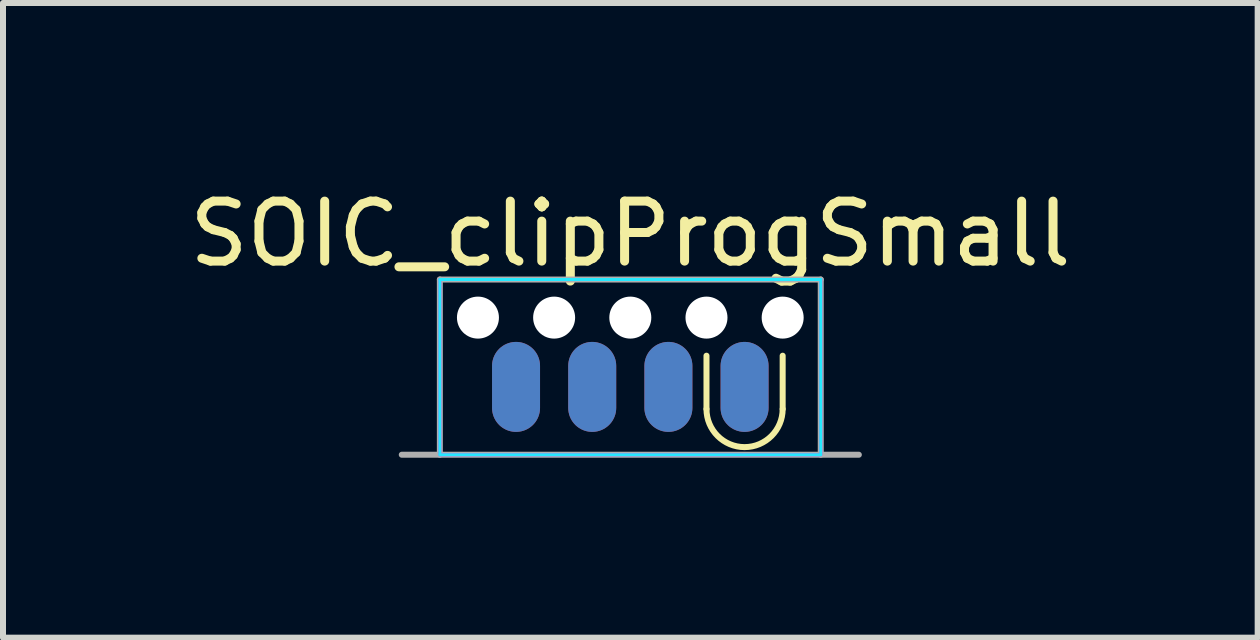
<source format=kicad_pcb>
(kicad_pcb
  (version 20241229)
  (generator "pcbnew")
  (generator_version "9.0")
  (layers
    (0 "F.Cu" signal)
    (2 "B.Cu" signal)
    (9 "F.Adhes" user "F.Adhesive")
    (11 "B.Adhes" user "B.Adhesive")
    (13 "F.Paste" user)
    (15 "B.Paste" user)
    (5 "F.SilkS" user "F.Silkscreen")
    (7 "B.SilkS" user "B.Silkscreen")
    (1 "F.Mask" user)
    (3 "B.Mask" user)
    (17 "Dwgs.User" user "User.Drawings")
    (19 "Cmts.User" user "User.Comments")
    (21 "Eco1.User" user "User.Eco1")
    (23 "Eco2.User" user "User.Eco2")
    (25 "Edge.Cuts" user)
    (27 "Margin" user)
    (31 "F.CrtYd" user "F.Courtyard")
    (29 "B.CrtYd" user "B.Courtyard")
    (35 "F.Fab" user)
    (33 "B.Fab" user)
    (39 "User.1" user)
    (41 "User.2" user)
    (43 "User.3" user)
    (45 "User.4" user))
  (footprint "SOIC_clipProgSmall"
    (layer "F.Cu")
    (at 7.458 4.15)
    (property "Reference" "SOIC_clipProgSmall" (at 0 -3.302 0) (layer "F.SilkS") (effects (font (size 1 1) (thickness 0.15))))
    (attr through_hole)
    (fp_line (start 1.27 -0.381) (end 1.27 -1.27) (stroke (width 0.1) (type solid)) (layer "F.SilkS"))
    (fp_line (start 2.54 -0.381) (end 2.54 -1.27) (stroke (width 0.1) (type solid)) (layer "F.SilkS"))
    (fp_arc (start 2.54 -0.381) (mid 1.905 0.254) (end 1.27 -0.381) (stroke (width 0.1) (type solid)) (layer "F.SilkS"))
    (fp_line (start -3.175 -2.54) (end 3.175 -2.54) (stroke (width 0.05) (type solid)) (layer "B.CrtYd"))
    (fp_line (start -3.175 0.381) (end -3.175 -2.54) (stroke (width 0.05) (type solid)) (layer "B.CrtYd"))
    (fp_line (start 3.175 -2.54) (end 3.175 0.381) (stroke (width 0.05) (type solid)) (layer "B.CrtYd"))
    (fp_line (start 3.175 0.381) (end -3.175 0.381) (stroke (width 0.05) (type solid)) (layer "B.CrtYd"))
    (fp_line (start -3.175 -2.54) (end -3.175 0.381) (stroke (width 0.05) (type solid)) (layer "F.CrtYd"))
    (fp_line (start -3.175 0.381) (end 3.175 0.381) (stroke (width 0.05) (type solid)) (layer "F.CrtYd"))
    (fp_line (start 3.175 -2.54) (end -3.175 -2.54) (stroke (width 0.05) (type solid)) (layer "F.CrtYd"))
    (fp_line (start 3.175 0.381) (end 3.175 -2.54) (stroke (width 0.05) (type solid)) (layer "F.CrtYd"))
    (fp_line (start -3.81 0.381) (end 3.81 0.381) (stroke (width 0.1) (type solid)) (layer "F.Fab"))
    (fp_line (start -3.175 -2.54) (end -3.175 0.381) (stroke (width 0.1) (type solid)) (layer "F.Fab"))
    (fp_line (start 3.175 -2.54) (end -3.175 -2.54) (stroke (width 0.1) (type solid)) (layer "F.Fab"))
    (fp_line (start 3.175 0.381) (end 3.175 -2.54) (stroke (width 0.1) (type solid)) (layer "F.Fab"))
    (pad "" np_thru_hole circle (at -2.54 -1.905) (size 0.7 0.7) (drill 0.7) (layers "*.Cu" "*.Mask"))
    (pad "" np_thru_hole circle (at -1.27 -1.905) (size 0.7 0.7) (drill 0.7) (layers "*.Cu" "*.Mask"))
    (pad "" np_thru_hole circle (at 0 -1.905) (size 0.7 0.7) (drill 0.7) (layers "*.Cu" "*.Mask"))
    (pad "" np_thru_hole circle (at 1.27 -1.905) (size 0.7 0.7) (drill 0.7) (layers "*.Cu" "*.Mask"))
    (pad "" np_thru_hole circle (at 2.54 -1.905) (size 0.7 0.7) (drill 0.7) (layers "*.Cu" "*.Mask"))
    (pad "1" smd oval (at 1.905 -0.75) (size 0.8 1.5) (layers "F.Cu" "F.Mask"))
    (pad "2" smd oval (at 0.635 -0.75) (size 0.8 1.5) (layers "F.Cu" "F.Mask"))
    (pad "3" smd oval (at -0.635 -0.75) (size 0.8 1.5) (layers "F.Cu" "F.Mask"))
    (pad "4" smd oval (at -1.905 -0.75) (size 0.8 1.5) (layers "F.Cu" "F.Mask"))
    (pad "5" smd oval (at -1.905 -0.75) (size 0.8 1.5) (layers "B.Cu" "B.Mask"))
    (pad "6" smd oval (at -0.635 -0.75) (size 0.8 1.5) (layers "B.Cu" "B.Mask"))
    (pad "7" smd oval (at 0.635 -0.75) (size 0.8 1.5) (layers "B.Cu" "B.Mask"))
    (pad "8" smd oval (at 1.905 -0.75) (size 0.8 1.5) (layers "B.Cu" "B.Mask")))
  (gr_rect
    (start -3 -3)
    (end 17.917 7.581)
    (stroke (width 0.1) (type default))
    (fill no)
    (layer "Edge.Cuts")))
</source>
